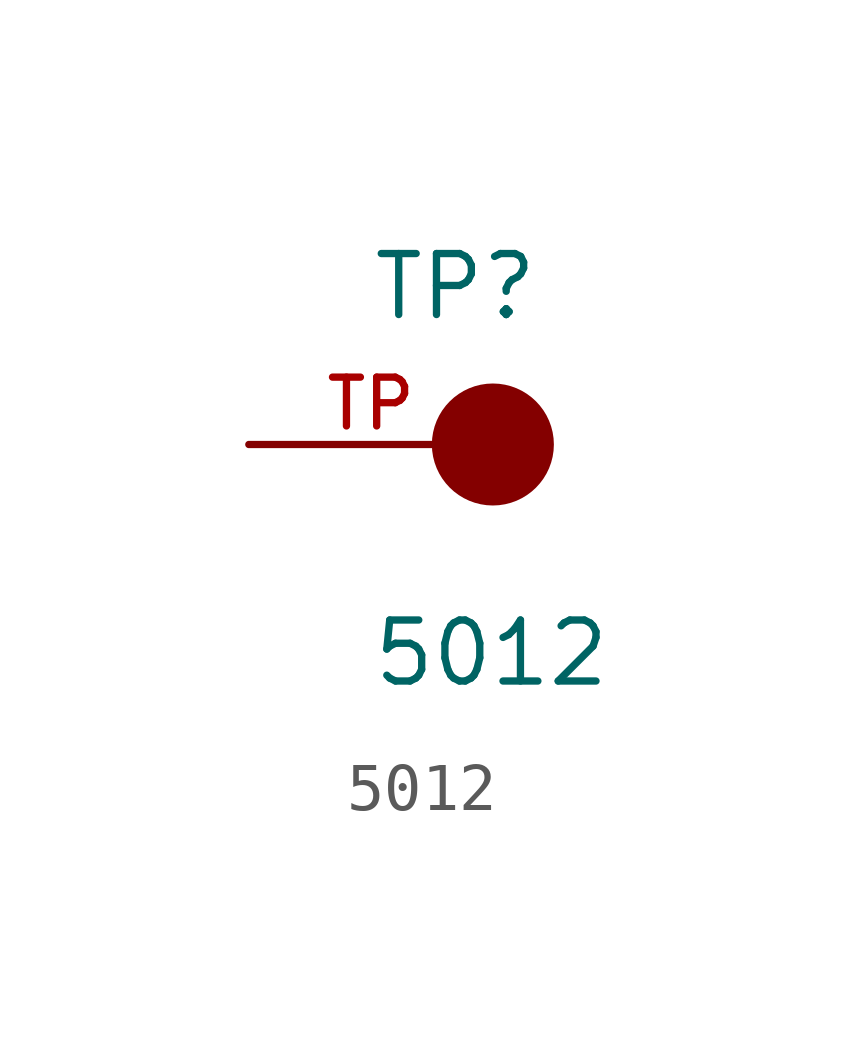
<source format=kicad_sym>
(kicad_symbol_lib
  (version 20231120)
  (generator "kicad_symbol_editor")
  (generator_version "8.0")
  (symbol "5012"
    (pin_names
      (offset 1.016))
    (property "Reference" "TP"
      (at -2.544 2.542 0)
      (effects (font (size 1.27 1.27)) (justify left bottom)))
    (property "Value" "5012"
      (at -2.55 -5.087 0)
      (effects (font (size 1.27 1.27)) (justify left bottom)))
    (symbol "5012_0_0"
      (circle (center 0 0) (radius 0.635) (stroke (width 1.27) (type default)) (fill (type none)))
      (pin passive line (at -5.08 0 0) (length 5.08) (name "~" (effects (font (size 1.016 1.016)))) (number "TP" (effects (font (size 1.016 1.016))))))))
</source>
